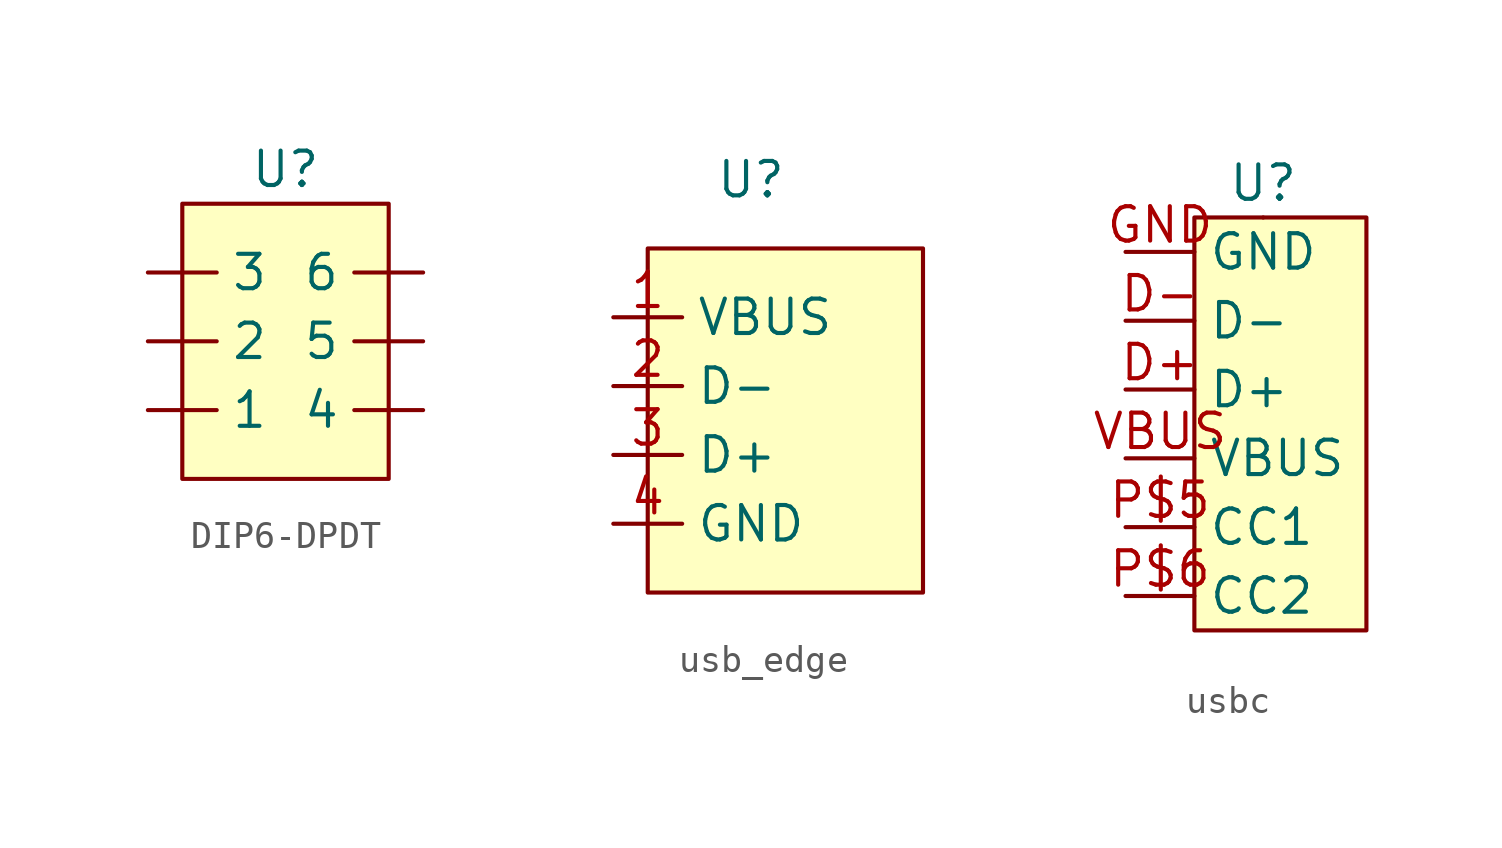
<source format=kicad_sym>
(kicad_symbol_lib
  (version 20231120)
  (generator "kicad_symbol_editor")
  (generator_version "8.0")
  (symbol "DIP6-DPDT"
    (property "Reference" "U"
      (at 0 0 0)
      (effects (font (size 1.27 1.27))))
    (property "Value" ""
      (at 0 0 0)
      (effects (font (size 1.27 1.27))))
    (symbol "DIP6-DPDT_1_1"
      (rectangle (start -3.81 -1.27) (end 3.81 -11.43) (stroke (width 0) (type default)) (fill (type background)))
      (pin input line (at -5.08 -8.89 0) (length 2.54) (name "1" (effects (font (size 1.27 1.27)))) (number "" (effects (font (size 1.27 1.27)))))
      (pin input line (at -5.08 -6.35 0) (length 2.54) (name "2" (effects (font (size 1.27 1.27)))) (number "" (effects (font (size 1.27 1.27)))))
      (pin input line (at -5.08 -3.81 0) (length 2.54) (name "3" (effects (font (size 1.27 1.27)))) (number "" (effects (font (size 1.27 1.27)))))
      (pin input line (at 5.08 -8.89 180) (length 2.54) (name "4" (effects (font (size 1.27 1.27)))) (number "" (effects (font (size 1.27 1.27)))))
      (pin input line (at 5.08 -6.35 180) (length 2.54) (name "5" (effects (font (size 1.27 1.27)))) (number "" (effects (font (size 1.27 1.27)))))
      (pin input line (at 5.08 -3.81 180) (length 2.54) (name "6" (effects (font (size 1.27 1.27)))) (number "" (effects (font (size 1.27 1.27)))))))
  (symbol "usb_edge"
    (property "Reference" "U"
      (at 0 0 0)
      (effects (font (size 1.27 1.27))))
    (property "Value" ""
      (at 0 0 0)
      (effects (font (size 1.27 1.27))))
    (symbol "usb_edge_1_1"
      (rectangle (start -3.81 -2.54) (end 6.35 -15.24) (stroke (width 0) (type default)) (fill (type background)))
      (pin input line (at -5.08 -5.08 0) (length 2.54) (name "VBUS" (effects (font (size 1.27 1.27)))) (number "1" (effects (font (size 1.27 1.27)))))
      (pin input line (at -5.08 -7.62 0) (length 2.54) (name "D-" (effects (font (size 1.27 1.27)))) (number "2" (effects (font (size 1.27 1.27)))))
      (pin input line (at -5.08 -10.16 0) (length 2.54) (name "D+" (effects (font (size 1.27 1.27)))) (number "3" (effects (font (size 1.27 1.27)))))
      (pin input line (at -5.08 -12.7 0) (length 2.54) (name "GND" (effects (font (size 1.27 1.27)))) (number "4" (effects (font (size 1.27 1.27)))))))
  (symbol "usbc"
    (property "Reference" "U"
      (at 0 0 0)
      (effects (font (size 1.27 1.27))))
    (property "Value" ""
      (at 0 0 0)
      (effects (font (size 1.27 1.27))))
    (symbol "usbc_0_1"
      (rectangle (start 0 -1.27) (end 0 -1.27) (stroke (width 0) (type default)) (fill (type none))))
    (symbol "usbc_1_1"
      (rectangle (start -2.54 -1.27) (end 3.81 -16.51) (stroke (width 0) (type default)) (fill (type background)))
      (pin input line (at -5.08 -7.62 0) (length 2.54) (name "D+" (effects (font (size 1.27 1.27)))) (number "D+" (effects (font (size 1.27 1.27)))))
      (pin input line (at -5.08 -5.08 0) (length 2.54) (name "D-" (effects (font (size 1.27 1.27)))) (number "D-" (effects (font (size 1.27 1.27)))))
      (pin input line (at -5.08 -2.54 0) (length 2.54) (name "GND" (effects (font (size 1.27 1.27)))) (number "GND" (effects (font (size 1.27 1.27)))))
      (pin input line (at -5.08 -12.7 0) (length 2.54) (name "CC1" (effects (font (size 1.27 1.27)))) (number "P$5" (effects (font (size 1.27 1.27)))))
      (pin input line (at -5.08 -15.24 0) (length 2.54) (name "CC2" (effects (font (size 1.27 1.27)))) (number "P$6" (effects (font (size 1.27 1.27)))))
      (pin input line (at -5.08 -10.16 0) (length 2.54) (name "VBUS" (effects (font (size 1.27 1.27)))) (number "VBUS" (effects (font (size 1.27 1.27))))))))
</source>
